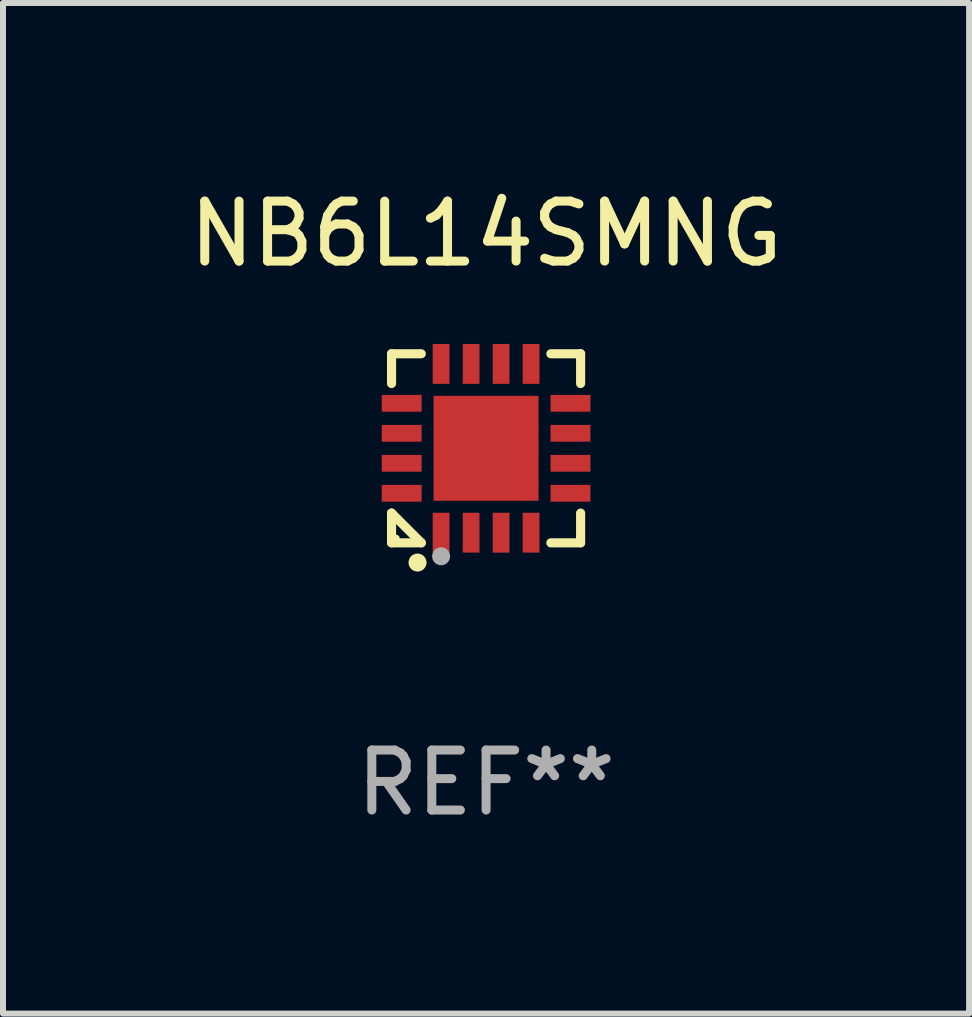
<source format=kicad_pcb>
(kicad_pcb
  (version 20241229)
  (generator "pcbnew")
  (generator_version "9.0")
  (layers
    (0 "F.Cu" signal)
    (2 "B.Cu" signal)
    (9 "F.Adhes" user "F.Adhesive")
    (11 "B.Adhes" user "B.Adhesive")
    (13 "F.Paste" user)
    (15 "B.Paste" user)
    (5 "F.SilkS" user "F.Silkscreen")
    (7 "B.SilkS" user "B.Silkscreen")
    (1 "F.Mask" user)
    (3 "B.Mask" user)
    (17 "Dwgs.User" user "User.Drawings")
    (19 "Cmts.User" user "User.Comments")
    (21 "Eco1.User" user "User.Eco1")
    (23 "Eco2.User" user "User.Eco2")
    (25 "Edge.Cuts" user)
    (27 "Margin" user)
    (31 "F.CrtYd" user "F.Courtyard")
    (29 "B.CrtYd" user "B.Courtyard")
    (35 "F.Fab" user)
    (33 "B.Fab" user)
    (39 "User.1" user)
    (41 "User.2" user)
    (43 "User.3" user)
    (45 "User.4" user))
  (footprint "NB6L14SMNG"
    (layer "F.Cu")
    (at 5.054 4.424)
    (property "Reference" "NB6L14SMNG" (at 0 -3.576 0) (layer "F.SilkS") (effects (font (size 1 1) (thickness 0.15))))
    (attr through_hole)
    (fp_line (start -1.576 -1.576) (end -1.08 -1.576) (stroke (width 0.152) (type solid)) (layer "F.SilkS"))
    (fp_line (start -1.576 -1.08) (end -1.576 -1.576) (stroke (width 0.152) (type solid)) (layer "F.SilkS"))
    (fp_line (start -1.576 1.08) (end -1.576 1.576) (stroke (width 0.152) (type solid)) (layer "F.SilkS"))
    (fp_line (start -1.576 1.576) (end -1.08 1.576) (stroke (width 0.152) (type solid)) (layer "F.SilkS"))
    (fp_line (start -1.08 1.576) (end -1.576 1.08) (stroke (width 0.152) (type solid)) (layer "F.SilkS"))
    (fp_line (start 1.576 -1.576) (end 1.08 -1.576) (stroke (width 0.152) (type solid)) (layer "F.SilkS"))
    (fp_line (start 1.576 -1.08) (end 1.576 -1.576) (stroke (width 0.152) (type solid)) (layer "F.SilkS"))
    (fp_line (start 1.576 1.08) (end 1.576 1.576) (stroke (width 0.152) (type solid)) (layer "F.SilkS"))
    (fp_line (start 1.576 1.576) (end 1.08 1.576) (stroke (width 0.152) (type solid)) (layer "F.SilkS"))
    (fp_circle (center -1.5 1.5) (end -1.47 1.5) (stroke (width 0.06) (type solid)) (fill no) (layer "F.SilkS"))
    (fp_circle (center -1.143 1.905) (end -1.068 1.905) (stroke (width 0.15) (type solid)) (fill no) (layer "F.SilkS"))
    (fp_circle (center -0.75 1.8) (end -0.675 1.8) (stroke (width 0.15) (type solid)) (fill no) (layer "F.Fab"))
    (fp_text user "REF**" (at 0 5.576 0) (layer "F.Fab") (effects (font (size 1 1) (thickness 0.15))))
    (pad "1" smd rect (at -0.75 1.407) (size 0.28 0.665) (layers "F.Cu" "F.Mask" "F.Paste"))
    (pad "2" smd rect (at -0.25 1.407) (size 0.28 0.665) (layers "F.Cu" "F.Mask" "F.Paste"))
    (pad "3" smd rect (at 0.25 1.407) (size 0.28 0.665) (layers "F.Cu" "F.Mask" "F.Paste"))
    (pad "4" smd rect (at 0.75 1.407) (size 0.28 0.665) (layers "F.Cu" "F.Mask" "F.Paste"))
    (pad "5" smd rect (at 1.407 0.75) (size 0.665 0.28) (layers "F.Cu" "F.Mask" "F.Paste"))
    (pad "6" smd rect (at 1.407 0.25) (size 0.665 0.28) (layers "F.Cu" "F.Mask" "F.Paste"))
    (pad "7" smd rect (at 1.407 -0.25) (size 0.665 0.28) (layers "F.Cu" "F.Mask" "F.Paste"))
    (pad "8" smd rect (at 1.407 -0.75) (size 0.665 0.28) (layers "F.Cu" "F.Mask" "F.Paste"))
    (pad "9" smd rect (at 0.75 -1.407) (size 0.28 0.665) (layers "F.Cu" "F.Mask" "F.Paste"))
    (pad "10" smd rect (at 0.25 -1.407) (size 0.28 0.665) (layers "F.Cu" "F.Mask" "F.Paste"))
    (pad "11" smd rect (at -0.25 -1.407) (size 0.28 0.665) (layers "F.Cu" "F.Mask" "F.Paste"))
    (pad "12" smd rect (at -0.75 -1.407) (size 0.28 0.665) (layers "F.Cu" "F.Mask" "F.Paste"))
    (pad "13" smd rect (at -1.407 -0.75) (size 0.665 0.28) (layers "F.Cu" "F.Mask" "F.Paste"))
    (pad "14" smd rect (at -1.407 -0.25) (size 0.665 0.28) (layers "F.Cu" "F.Mask" "F.Paste"))
    (pad "15" smd rect (at -1.407 0.25) (size 0.665 0.28) (layers "F.Cu" "F.Mask" "F.Paste"))
    (pad "16" smd rect (at -1.407 0.75) (size 0.665 0.28) (layers "F.Cu" "F.Mask" "F.Paste"))
    (pad "17" smd rect (at 0 0) (size 1.75 1.75) (layers "F.Cu" "F.Mask" "F.Paste")))
  (gr_rect
    (start -3 -3)
    (end 13.107 13.849)
    (stroke (width 0.1) (type default))
    (fill no)
    (layer "Edge.Cuts")))
</source>
